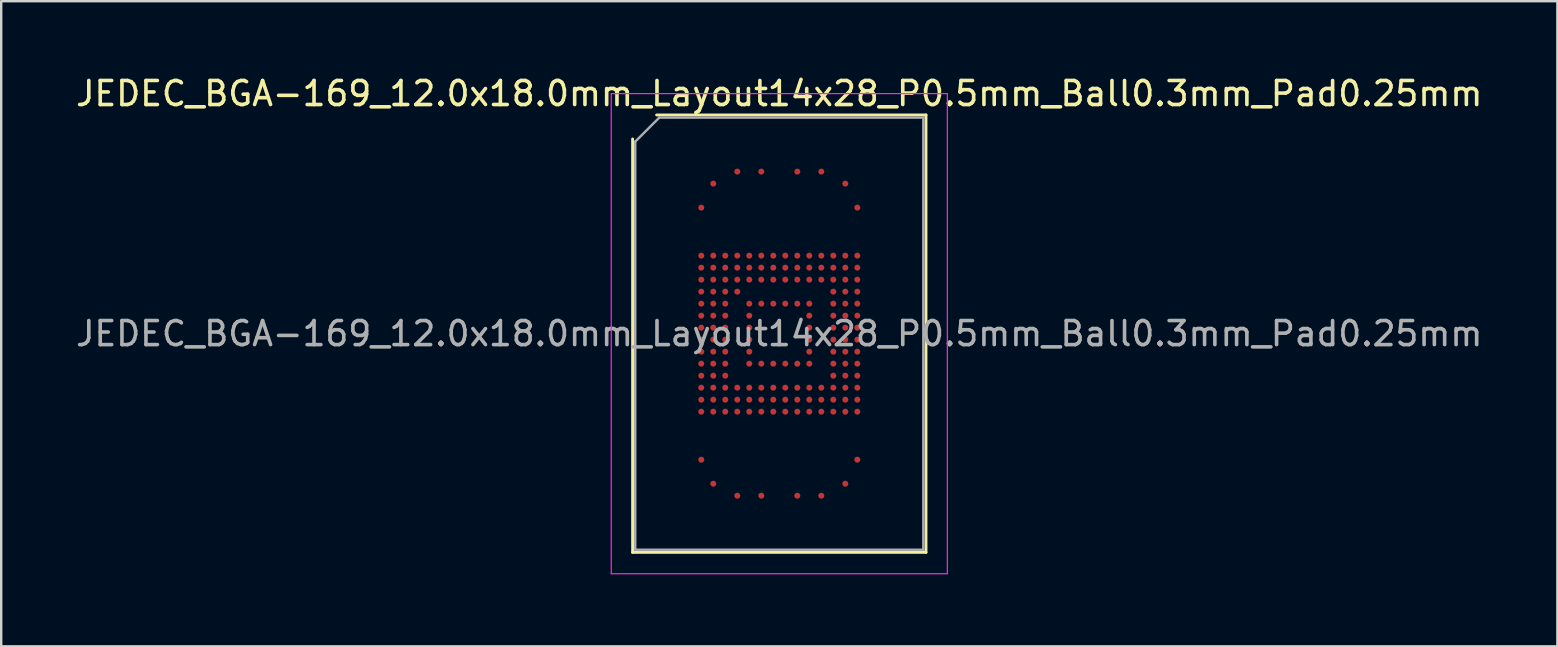
<source format=kicad_pcb>
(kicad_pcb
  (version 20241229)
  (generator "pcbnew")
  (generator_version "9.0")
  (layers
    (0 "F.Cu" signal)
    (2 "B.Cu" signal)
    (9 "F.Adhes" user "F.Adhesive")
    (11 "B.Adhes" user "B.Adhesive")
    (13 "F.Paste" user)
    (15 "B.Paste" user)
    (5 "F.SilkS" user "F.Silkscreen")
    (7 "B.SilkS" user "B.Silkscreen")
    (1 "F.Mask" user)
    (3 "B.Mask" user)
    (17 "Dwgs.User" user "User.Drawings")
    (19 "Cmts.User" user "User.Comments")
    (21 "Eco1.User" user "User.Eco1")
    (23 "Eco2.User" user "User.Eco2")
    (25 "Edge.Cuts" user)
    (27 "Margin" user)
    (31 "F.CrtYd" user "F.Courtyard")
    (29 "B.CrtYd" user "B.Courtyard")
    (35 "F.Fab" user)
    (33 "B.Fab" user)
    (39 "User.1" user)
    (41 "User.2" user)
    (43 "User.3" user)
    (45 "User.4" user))
  (footprint "JEDEC_BGA-169_12.0x18.0mm_Layout14x28_P0.5mm_Ball0.3mm_Pad0.25mm"
    (layer "F.Cu")
    (at 29.411 10.848)
    (property "Reference" "JEDEC_BGA-169_12.0x18.0mm_Layout14x28_P0.5mm_Ball0.3mm_Pad0.25mm" (at 0 -10 0) (layer "F.SilkS") (effects (font (size 1 1) (thickness 0.15))))
    (attr smd)
    (fp_line (start -6.11 9.11) (end -6.11 -8.11) (stroke (width 0.12) (type solid)) (layer "F.SilkS"))
    (fp_line (start -5.11 -9.11) (end 6.11 -9.11) (stroke (width 0.12) (type solid)) (layer "F.SilkS"))
    (fp_line (start 6.11 -9.11) (end 6.11 9.11) (stroke (width 0.12) (type solid)) (layer "F.SilkS"))
    (fp_line (start 6.11 9.11) (end -6.11 9.11) (stroke (width 0.12) (type solid)) (layer "F.SilkS"))
    (fp_line (start -7 -10) (end -7 10) (stroke (width 0.05) (type solid)) (layer "F.CrtYd"))
    (fp_line (start -7 10) (end 7 10) (stroke (width 0.05) (type solid)) (layer "F.CrtYd"))
    (fp_line (start 7 -10) (end -7 -10) (stroke (width 0.05) (type solid)) (layer "F.CrtYd"))
    (fp_line (start 7 10) (end 7 -10) (stroke (width 0.05) (type solid)) (layer "F.CrtYd"))
    (fp_line (start -6 -8) (end -5 -9) (stroke (width 0.1) (type solid)) (layer "F.Fab"))
    (fp_line (start -6 9) (end -6 -8) (stroke (width 0.1) (type solid)) (layer "F.Fab"))
    (fp_line (start -5 -9) (end 6 -9) (stroke (width 0.1) (type solid)) (layer "F.Fab"))
    (fp_line (start 6 -9) (end 6 9) (stroke (width 0.1) (type solid)) (layer "F.Fab"))
    (fp_line (start 6 9) (end -6 9) (stroke (width 0.1) (type solid)) (layer "F.Fab"))
    (fp_text user "${REFERENCE}" (at 0 0 0) (layer "F.Fab") (effects (font (size 1 1) (thickness 0.15))))
    (pad "A4" smd circle (at -1.75 -6.75) (size 0.25 0.25) (layers "F.Cu" "F.Mask" "F.Paste"))
    (pad "A6" smd circle (at -0.75 -6.75) (size 0.25 0.25) (layers "F.Cu" "F.Mask" "F.Paste"))
    (pad "A9" smd circle (at 0.75 -6.75) (size 0.25 0.25) (layers "F.Cu" "F.Mask" "F.Paste"))
    (pad "A11" smd circle (at 1.75 -6.75) (size 0.25 0.25) (layers "F.Cu" "F.Mask" "F.Paste"))
    (pad "AA1" smd circle (at -3.25 3.25) (size 0.25 0.25) (layers "F.Cu" "F.Mask" "F.Paste"))
    (pad "AA2" smd circle (at -2.75 3.25) (size 0.25 0.25) (layers "F.Cu" "F.Mask" "F.Paste"))
    (pad "AA3" smd circle (at -2.25 3.25) (size 0.25 0.25) (layers "F.Cu" "F.Mask" "F.Paste"))
    (pad "AA4" smd circle (at -1.75 3.25) (size 0.25 0.25) (layers "F.Cu" "F.Mask" "F.Paste"))
    (pad "AA5" smd circle (at -1.25 3.25) (size 0.25 0.25) (layers "F.Cu" "F.Mask" "F.Paste"))
    (pad "AA6" smd circle (at -0.75 3.25) (size 0.25 0.25) (layers "F.Cu" "F.Mask" "F.Paste"))
    (pad "AA7" smd circle (at -0.25 3.25) (size 0.25 0.25) (layers "F.Cu" "F.Mask" "F.Paste"))
    (pad "AA8" smd circle (at 0.25 3.25) (size 0.25 0.25) (layers "F.Cu" "F.Mask" "F.Paste"))
    (pad "AA9" smd circle (at 0.75 3.25) (size 0.25 0.25) (layers "F.Cu" "F.Mask" "F.Paste"))
    (pad "AA10" smd circle (at 1.25 3.25) (size 0.25 0.25) (layers "F.Cu" "F.Mask" "F.Paste"))
    (pad "AA11" smd circle (at 1.75 3.25) (size 0.25 0.25) (layers "F.Cu" "F.Mask" "F.Paste"))
    (pad "AA12" smd circle (at 2.25 3.25) (size 0.25 0.25) (layers "F.Cu" "F.Mask" "F.Paste"))
    (pad "AA13" smd circle (at 2.75 3.25) (size 0.25 0.25) (layers "F.Cu" "F.Mask" "F.Paste"))
    (pad "AA14" smd circle (at 3.25 3.25) (size 0.25 0.25) (layers "F.Cu" "F.Mask" "F.Paste"))
    (pad "AE1" smd circle (at -3.25 5.25) (size 0.25 0.25) (layers "F.Cu" "F.Mask" "F.Paste"))
    (pad "AE14" smd circle (at 3.25 5.25) (size 0.25 0.25) (layers "F.Cu" "F.Mask" "F.Paste"))
    (pad "AG2" smd circle (at -2.75 6.25) (size 0.25 0.25) (layers "F.Cu" "F.Mask" "F.Paste"))
    (pad "AG13" smd circle (at 2.75 6.25) (size 0.25 0.25) (layers "F.Cu" "F.Mask" "F.Paste"))
    (pad "AH4" smd circle (at -1.75 6.75) (size 0.25 0.25) (layers "F.Cu" "F.Mask" "F.Paste"))
    (pad "AH6" smd circle (at -0.75 6.75) (size 0.25 0.25) (layers "F.Cu" "F.Mask" "F.Paste"))
    (pad "AH9" smd circle (at 0.75 6.75) (size 0.25 0.25) (layers "F.Cu" "F.Mask" "F.Paste"))
    (pad "AH11" smd circle (at 1.75 6.75) (size 0.25 0.25) (layers "F.Cu" "F.Mask" "F.Paste"))
    (pad "B2" smd circle (at -2.75 -6.25) (size 0.25 0.25) (layers "F.Cu" "F.Mask" "F.Paste"))
    (pad "B13" smd circle (at 2.75 -6.25) (size 0.25 0.25) (layers "F.Cu" "F.Mask" "F.Paste"))
    (pad "D1" smd circle (at -3.25 -5.25) (size 0.25 0.25) (layers "F.Cu" "F.Mask" "F.Paste"))
    (pad "D14" smd circle (at 3.25 -5.25) (size 0.25 0.25) (layers "F.Cu" "F.Mask" "F.Paste"))
    (pad "H1" smd circle (at -3.25 -3.25) (size 0.25 0.25) (layers "F.Cu" "F.Mask" "F.Paste"))
    (pad "H2" smd circle (at -2.75 -3.25) (size 0.25 0.25) (layers "F.Cu" "F.Mask" "F.Paste"))
    (pad "H3" smd circle (at -2.25 -3.25) (size 0.25 0.25) (layers "F.Cu" "F.Mask" "F.Paste"))
    (pad "H4" smd circle (at -1.75 -3.25) (size 0.25 0.25) (layers "F.Cu" "F.Mask" "F.Paste"))
    (pad "H5" smd circle (at -1.25 -3.25) (size 0.25 0.25) (layers "F.Cu" "F.Mask" "F.Paste"))
    (pad "H6" smd circle (at -0.75 -3.25) (size 0.25 0.25) (layers "F.Cu" "F.Mask" "F.Paste"))
    (pad "H7" smd circle (at -0.25 -3.25) (size 0.25 0.25) (layers "F.Cu" "F.Mask" "F.Paste"))
    (pad "H8" smd circle (at 0.25 -3.25) (size 0.25 0.25) (layers "F.Cu" "F.Mask" "F.Paste"))
    (pad "H9" smd circle (at 0.75 -3.25) (size 0.25 0.25) (layers "F.Cu" "F.Mask" "F.Paste"))
    (pad "H10" smd circle (at 1.25 -3.25) (size 0.25 0.25) (layers "F.Cu" "F.Mask" "F.Paste"))
    (pad "H11" smd circle (at 1.75 -3.25) (size 0.25 0.25) (layers "F.Cu" "F.Mask" "F.Paste"))
    (pad "H12" smd circle (at 2.25 -3.25) (size 0.25 0.25) (layers "F.Cu" "F.Mask" "F.Paste"))
    (pad "H13" smd circle (at 2.75 -3.25) (size 0.25 0.25) (layers "F.Cu" "F.Mask" "F.Paste"))
    (pad "H14" smd circle (at 3.25 -3.25) (size 0.25 0.25) (layers "F.Cu" "F.Mask" "F.Paste"))
    (pad "J1" smd circle (at -3.25 -2.75) (size 0.25 0.25) (layers "F.Cu" "F.Mask" "F.Paste"))
    (pad "J2" smd circle (at -2.75 -2.75) (size 0.25 0.25) (layers "F.Cu" "F.Mask" "F.Paste"))
    (pad "J3" smd circle (at -2.25 -2.75) (size 0.25 0.25) (layers "F.Cu" "F.Mask" "F.Paste"))
    (pad "J4" smd circle (at -1.75 -2.75) (size 0.25 0.25) (layers "F.Cu" "F.Mask" "F.Paste"))
    (pad "J5" smd circle (at -1.25 -2.75) (size 0.25 0.25) (layers "F.Cu" "F.Mask" "F.Paste"))
    (pad "J6" smd circle (at -0.75 -2.75) (size 0.25 0.25) (layers "F.Cu" "F.Mask" "F.Paste"))
    (pad "J7" smd circle (at -0.25 -2.75) (size 0.25 0.25) (layers "F.Cu" "F.Mask" "F.Paste"))
    (pad "J8" smd circle (at 0.25 -2.75) (size 0.25 0.25) (layers "F.Cu" "F.Mask" "F.Paste"))
    (pad "J9" smd circle (at 0.75 -2.75) (size 0.25 0.25) (layers "F.Cu" "F.Mask" "F.Paste"))
    (pad "J10" smd circle (at 1.25 -2.75) (size 0.25 0.25) (layers "F.Cu" "F.Mask" "F.Paste"))
    (pad "J11" smd circle (at 1.75 -2.75) (size 0.25 0.25) (layers "F.Cu" "F.Mask" "F.Paste"))
    (pad "J12" smd circle (at 2.25 -2.75) (size 0.25 0.25) (layers "F.Cu" "F.Mask" "F.Paste"))
    (pad "J13" smd circle (at 2.75 -2.75) (size 0.25 0.25) (layers "F.Cu" "F.Mask" "F.Paste"))
    (pad "J14" smd circle (at 3.25 -2.75) (size 0.25 0.25) (layers "F.Cu" "F.Mask" "F.Paste"))
    (pad "K1" smd circle (at -3.25 -2.25) (size 0.25 0.25) (layers "F.Cu" "F.Mask" "F.Paste"))
    (pad "K2" smd circle (at -2.75 -2.25) (size 0.25 0.25) (layers "F.Cu" "F.Mask" "F.Paste"))
    (pad "K3" smd circle (at -2.25 -2.25) (size 0.25 0.25) (layers "F.Cu" "F.Mask" "F.Paste"))
    (pad "K4" smd circle (at -1.75 -2.25) (size 0.25 0.25) (layers "F.Cu" "F.Mask" "F.Paste"))
    (pad "K5" smd circle (at -1.25 -2.25) (size 0.25 0.25) (layers "F.Cu" "F.Mask" "F.Paste"))
    (pad "K6" smd circle (at -0.75 -2.25) (size 0.25 0.25) (layers "F.Cu" "F.Mask" "F.Paste"))
    (pad "K7" smd circle (at -0.25 -2.25) (size 0.25 0.25) (layers "F.Cu" "F.Mask" "F.Paste"))
    (pad "K8" smd circle (at 0.25 -2.25) (size 0.25 0.25) (layers "F.Cu" "F.Mask" "F.Paste"))
    (pad "K9" smd circle (at 0.75 -2.25) (size 0.25 0.25) (layers "F.Cu" "F.Mask" "F.Paste"))
    (pad "K10" smd circle (at 1.25 -2.25) (size 0.25 0.25) (layers "F.Cu" "F.Mask" "F.Paste"))
    (pad "K11" smd circle (at 1.75 -2.25) (size 0.25 0.25) (layers "F.Cu" "F.Mask" "F.Paste"))
    (pad "K12" smd circle (at 2.25 -2.25) (size 0.25 0.25) (layers "F.Cu" "F.Mask" "F.Paste"))
    (pad "K13" smd circle (at 2.75 -2.25) (size 0.25 0.25) (layers "F.Cu" "F.Mask" "F.Paste"))
    (pad "K14" smd circle (at 3.25 -2.25) (size 0.25 0.25) (layers "F.Cu" "F.Mask" "F.Paste"))
    (pad "L1" smd circle (at -3.25 -1.75) (size 0.25 0.25) (layers "F.Cu" "F.Mask" "F.Paste"))
    (pad "L2" smd circle (at -2.75 -1.75) (size 0.25 0.25) (layers "F.Cu" "F.Mask" "F.Paste"))
    (pad "L3" smd circle (at -2.25 -1.75) (size 0.25 0.25) (layers "F.Cu" "F.Mask" "F.Paste"))
    (pad "L4" smd circle (at -1.75 -1.75) (size 0.25 0.25) (layers "F.Cu" "F.Mask" "F.Paste"))
    (pad "L12" smd circle (at 2.25 -1.75) (size 0.25 0.25) (layers "F.Cu" "F.Mask" "F.Paste"))
    (pad "L13" smd circle (at 2.75 -1.75) (size 0.25 0.25) (layers "F.Cu" "F.Mask" "F.Paste"))
    (pad "L14" smd circle (at 3.25 -1.75) (size 0.25 0.25) (layers "F.Cu" "F.Mask" "F.Paste"))
    (pad "M1" smd circle (at -3.25 -1.25) (size 0.25 0.25) (layers "F.Cu" "F.Mask" "F.Paste"))
    (pad "M2" smd circle (at -2.75 -1.25) (size 0.25 0.25) (layers "F.Cu" "F.Mask" "F.Paste"))
    (pad "M3" smd circle (at -2.25 -1.25) (size 0.25 0.25) (layers "F.Cu" "F.Mask" "F.Paste"))
    (pad "M5" smd circle (at -1.25 -1.25) (size 0.25 0.25) (layers "F.Cu" "F.Mask" "F.Paste"))
    (pad "M6" smd circle (at -0.75 -1.25) (size 0.25 0.25) (layers "F.Cu" "F.Mask" "F.Paste"))
    (pad "M7" smd circle (at -0.25 -1.25) (size 0.25 0.25) (layers "F.Cu" "F.Mask" "F.Paste"))
    (pad "M8" smd circle (at 0.25 -1.25) (size 0.25 0.25) (layers "F.Cu" "F.Mask" "F.Paste"))
    (pad "M9" smd circle (at 0.75 -1.25) (size 0.25 0.25) (layers "F.Cu" "F.Mask" "F.Paste"))
    (pad "M10" smd circle (at 1.25 -1.25) (size 0.25 0.25) (layers "F.Cu" "F.Mask" "F.Paste"))
    (pad "M12" smd circle (at 2.25 -1.25) (size 0.25 0.25) (layers "F.Cu" "F.Mask" "F.Paste"))
    (pad "M13" smd circle (at 2.75 -1.25) (size 0.25 0.25) (layers "F.Cu" "F.Mask" "F.Paste"))
    (pad "M14" smd circle (at 3.25 -1.25) (size 0.25 0.25) (layers "F.Cu" "F.Mask" "F.Paste"))
    (pad "N1" smd circle (at -3.25 -0.75) (size 0.25 0.25) (layers "F.Cu" "F.Mask" "F.Paste"))
    (pad "N2" smd circle (at -2.75 -0.75) (size 0.25 0.25) (layers "F.Cu" "F.Mask" "F.Paste"))
    (pad "N3" smd circle (at -2.25 -0.75) (size 0.25 0.25) (layers "F.Cu" "F.Mask" "F.Paste"))
    (pad "N5" smd circle (at -1.25 -0.75) (size 0.25 0.25) (layers "F.Cu" "F.Mask" "F.Paste"))
    (pad "N10" smd circle (at 1.25 -0.75) (size 0.25 0.25) (layers "F.Cu" "F.Mask" "F.Paste"))
    (pad "N12" smd circle (at 2.25 -0.75) (size 0.25 0.25) (layers "F.Cu" "F.Mask" "F.Paste"))
    (pad "N13" smd circle (at 2.75 -0.75) (size 0.25 0.25) (layers "F.Cu" "F.Mask" "F.Paste"))
    (pad "N14" smd circle (at 3.25 -0.75) (size 0.25 0.25) (layers "F.Cu" "F.Mask" "F.Paste"))
    (pad "P1" smd circle (at -3.25 -0.25) (size 0.25 0.25) (layers "F.Cu" "F.Mask" "F.Paste"))
    (pad "P2" smd circle (at -2.75 -0.25) (size 0.25 0.25) (layers "F.Cu" "F.Mask" "F.Paste"))
    (pad "P3" smd circle (at -2.25 -0.25) (size 0.25 0.25) (layers "F.Cu" "F.Mask" "F.Paste"))
    (pad "P5" smd circle (at -1.25 -0.25) (size 0.25 0.25) (layers "F.Cu" "F.Mask" "F.Paste"))
    (pad "P10" smd circle (at 1.25 -0.25) (size 0.25 0.25) (layers "F.Cu" "F.Mask" "F.Paste"))
    (pad "P12" smd circle (at 2.25 -0.25) (size 0.25 0.25) (layers "F.Cu" "F.Mask" "F.Paste"))
    (pad "P13" smd circle (at 2.75 -0.25) (size 0.25 0.25) (layers "F.Cu" "F.Mask" "F.Paste"))
    (pad "P14" smd circle (at 3.25 -0.25) (size 0.25 0.25) (layers "F.Cu" "F.Mask" "F.Paste"))
    (pad "R1" smd circle (at -3.25 0.25) (size 0.25 0.25) (layers "F.Cu" "F.Mask" "F.Paste"))
    (pad "R2" smd circle (at -2.75 0.25) (size 0.25 0.25) (layers "F.Cu" "F.Mask" "F.Paste"))
    (pad "R3" smd circle (at -2.25 0.25) (size 0.25 0.25) (layers "F.Cu" "F.Mask" "F.Paste"))
    (pad "R5" smd circle (at -1.25 0.25) (size 0.25 0.25) (layers "F.Cu" "F.Mask" "F.Paste"))
    (pad "R10" smd circle (at 1.25 0.25) (size 0.25 0.25) (layers "F.Cu" "F.Mask" "F.Paste"))
    (pad "R12" smd circle (at 2.25 0.25) (size 0.25 0.25) (layers "F.Cu" "F.Mask" "F.Paste"))
    (pad "R13" smd circle (at 2.75 0.25) (size 0.25 0.25) (layers "F.Cu" "F.Mask" "F.Paste"))
    (pad "R14" smd circle (at 3.25 0.25) (size 0.25 0.25) (layers "F.Cu" "F.Mask" "F.Paste"))
    (pad "T1" smd circle (at -3.25 0.75) (size 0.25 0.25) (layers "F.Cu" "F.Mask" "F.Paste"))
    (pad "T2" smd circle (at -2.75 0.75) (size 0.25 0.25) (layers "F.Cu" "F.Mask" "F.Paste"))
    (pad "T3" smd circle (at -2.25 0.75) (size 0.25 0.25) (layers "F.Cu" "F.Mask" "F.Paste"))
    (pad "T5" smd circle (at -1.25 0.75) (size 0.25 0.25) (layers "F.Cu" "F.Mask" "F.Paste"))
    (pad "T10" smd circle (at 1.25 0.75) (size 0.25 0.25) (layers "F.Cu" "F.Mask" "F.Paste"))
    (pad "T12" smd circle (at 2.25 0.75) (size 0.25 0.25) (layers "F.Cu" "F.Mask" "F.Paste"))
    (pad "T13" smd circle (at 2.75 0.75) (size 0.25 0.25) (layers "F.Cu" "F.Mask" "F.Paste"))
    (pad "T14" smd circle (at 3.25 0.75) (size 0.25 0.25) (layers "F.Cu" "F.Mask" "F.Paste"))
    (pad "U1" smd circle (at -3.25 1.25) (size 0.25 0.25) (layers "F.Cu" "F.Mask" "F.Paste"))
    (pad "U2" smd circle (at -2.75 1.25) (size 0.25 0.25) (layers "F.Cu" "F.Mask" "F.Paste"))
    (pad "U3" smd circle (at -2.25 1.25) (size 0.25 0.25) (layers "F.Cu" "F.Mask" "F.Paste"))
    (pad "U5" smd circle (at -1.25 1.25) (size 0.25 0.25) (layers "F.Cu" "F.Mask" "F.Paste"))
    (pad "U6" smd circle (at -0.75 1.25) (size 0.25 0.25) (layers "F.Cu" "F.Mask" "F.Paste"))
    (pad "U7" smd circle (at -0.25 1.25) (size 0.25 0.25) (layers "F.Cu" "F.Mask" "F.Paste"))
    (pad "U8" smd circle (at 0.25 1.25) (size 0.25 0.25) (layers "F.Cu" "F.Mask" "F.Paste"))
    (pad "U9" smd circle (at 0.75 1.25) (size 0.25 0.25) (layers "F.Cu" "F.Mask" "F.Paste"))
    (pad "U10" smd circle (at 1.25 1.25) (size 0.25 0.25) (layers "F.Cu" "F.Mask" "F.Paste"))
    (pad "U12" smd circle (at 2.25 1.25) (size 0.25 0.25) (layers "F.Cu" "F.Mask" "F.Paste"))
    (pad "U13" smd circle (at 2.75 1.25) (size 0.25 0.25) (layers "F.Cu" "F.Mask" "F.Paste"))
    (pad "U14" smd circle (at 3.25 1.25) (size 0.25 0.25) (layers "F.Cu" "F.Mask" "F.Paste"))
    (pad "V1" smd circle (at -3.25 1.75) (size 0.25 0.25) (layers "F.Cu" "F.Mask" "F.Paste"))
    (pad "V2" smd circle (at -2.75 1.75) (size 0.25 0.25) (layers "F.Cu" "F.Mask" "F.Paste"))
    (pad "V3" smd circle (at -2.25 1.75) (size 0.25 0.25) (layers "F.Cu" "F.Mask" "F.Paste"))
    (pad "V12" smd circle (at 2.25 1.75) (size 0.25 0.25) (layers "F.Cu" "F.Mask" "F.Paste"))
    (pad "V13" smd circle (at 2.75 1.75) (size 0.25 0.25) (layers "F.Cu" "F.Mask" "F.Paste"))
    (pad "V14" smd circle (at 3.25 1.75) (size 0.25 0.25) (layers "F.Cu" "F.Mask" "F.Paste"))
    (pad "W1" smd circle (at -3.25 2.25) (size 0.25 0.25) (layers "F.Cu" "F.Mask" "F.Paste"))
    (pad "W2" smd circle (at -2.75 2.25) (size 0.25 0.25) (layers "F.Cu" "F.Mask" "F.Paste"))
    (pad "W3" smd circle (at -2.25 2.25) (size 0.25 0.25) (layers "F.Cu" "F.Mask" "F.Paste"))
    (pad "W4" smd circle (at -1.75 2.25) (size 0.25 0.25) (layers "F.Cu" "F.Mask" "F.Paste"))
    (pad "W5" smd circle (at -1.25 2.25) (size 0.25 0.25) (layers "F.Cu" "F.Mask" "F.Paste"))
    (pad "W6" smd circle (at -0.75 2.25) (size 0.25 0.25) (layers "F.Cu" "F.Mask" "F.Paste"))
    (pad "W7" smd circle (at -0.25 2.25) (size 0.25 0.25) (layers "F.Cu" "F.Mask" "F.Paste"))
    (pad "W8" smd circle (at 0.25 2.25) (size 0.25 0.25) (layers "F.Cu" "F.Mask" "F.Paste"))
    (pad "W9" smd circle (at 0.75 2.25) (size 0.25 0.25) (layers "F.Cu" "F.Mask" "F.Paste"))
    (pad "W10" smd circle (at 1.25 2.25) (size 0.25 0.25) (layers "F.Cu" "F.Mask" "F.Paste"))
    (pad "W11" smd circle (at 1.75 2.25) (size 0.25 0.25) (layers "F.Cu" "F.Mask" "F.Paste"))
    (pad "W12" smd circle (at 2.25 2.25) (size 0.25 0.25) (layers "F.Cu" "F.Mask" "F.Paste"))
    (pad "W13" smd circle (at 2.75 2.25) (size 0.25 0.25) (layers "F.Cu" "F.Mask" "F.Paste"))
    (pad "W14" smd circle (at 3.25 2.25) (size 0.25 0.25) (layers "F.Cu" "F.Mask" "F.Paste"))
    (pad "Y1" smd circle (at -3.25 2.75) (size 0.25 0.25) (layers "F.Cu" "F.Mask" "F.Paste"))
    (pad "Y2" smd circle (at -2.75 2.75) (size 0.25 0.25) (layers "F.Cu" "F.Mask" "F.Paste"))
    (pad "Y3" smd circle (at -2.25 2.75) (size 0.25 0.25) (layers "F.Cu" "F.Mask" "F.Paste"))
    (pad "Y4" smd circle (at -1.75 2.75) (size 0.25 0.25) (layers "F.Cu" "F.Mask" "F.Paste"))
    (pad "Y5" smd circle (at -1.25 2.75) (size 0.25 0.25) (layers "F.Cu" "F.Mask" "F.Paste"))
    (pad "Y6" smd circle (at -0.75 2.75) (size 0.25 0.25) (layers "F.Cu" "F.Mask" "F.Paste"))
    (pad "Y7" smd circle (at -0.25 2.75) (size 0.25 0.25) (layers "F.Cu" "F.Mask" "F.Paste"))
    (pad "Y8" smd circle (at 0.25 2.75) (size 0.25 0.25) (layers "F.Cu" "F.Mask" "F.Paste"))
    (pad "Y9" smd circle (at 0.75 2.75) (size 0.25 0.25) (layers "F.Cu" "F.Mask" "F.Paste"))
    (pad "Y10" smd circle (at 1.25 2.75) (size 0.25 0.25) (layers "F.Cu" "F.Mask" "F.Paste"))
    (pad "Y11" smd circle (at 1.75 2.75) (size 0.25 0.25) (layers "F.Cu" "F.Mask" "F.Paste"))
    (pad "Y12" smd circle (at 2.25 2.75) (size 0.25 0.25) (layers "F.Cu" "F.Mask" "F.Paste"))
    (pad "Y13" smd circle (at 2.75 2.75) (size 0.25 0.25) (layers "F.Cu" "F.Mask" "F.Paste"))
    (pad "Y14" smd circle (at 3.25 2.75) (size 0.25 0.25) (layers "F.Cu" "F.Mask" "F.Paste")))
  (gr_rect
    (start -3 -3)
    (end 61.821 23.873)
    (stroke (width 0.1) (type default))
    (fill no)
    (layer "Edge.Cuts")))
</source>
